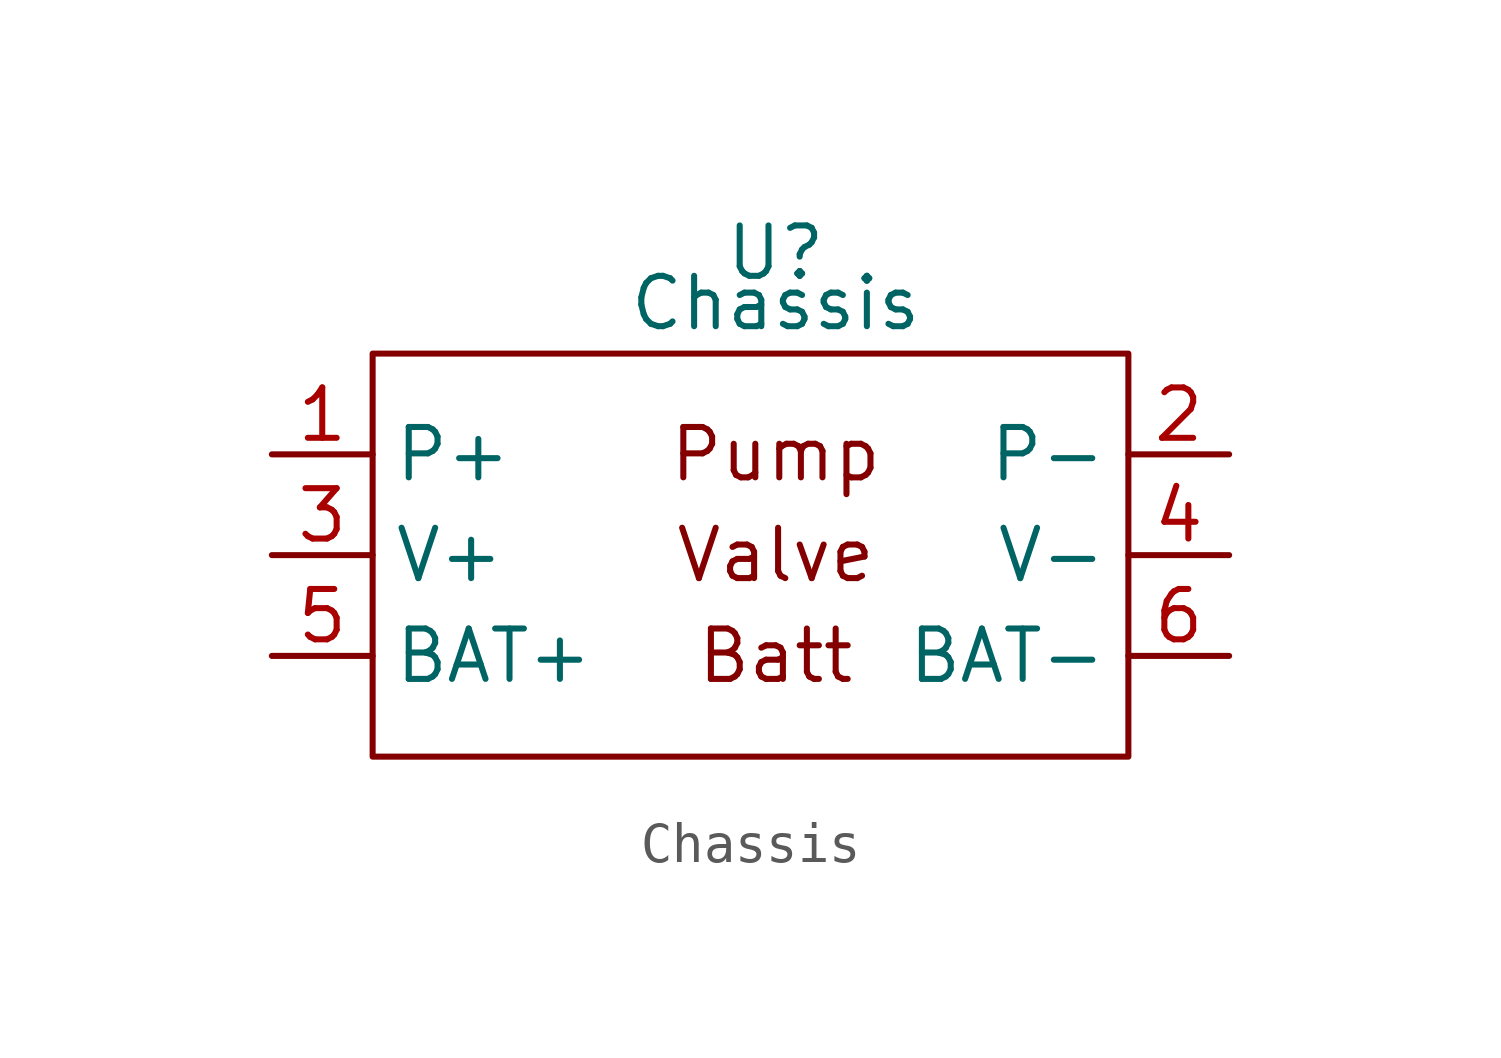
<source format=kicad_sym>
(kicad_symbol_lib
  (version 20211014)
  (generator kicad_symbol_editor)
  (symbol "Chassis"
    (property "Reference" "U"
      (at 0 0 0)
      (effects (font (size 1.27 1.27))))
    (property "Value" "Chassis"
      (at 0 -1.27 0)
      (effects (font (size 1.27 1.27))))
    (symbol "Chassis_0_0"
      (text "Batt" (at 0 -10.16 0) (effects (font (size 1.27 1.27))))
      (text "Pump" (at 0 -5.08 0) (effects (font (size 1.27 1.27))))
      (text "Valve" (at 0 -7.62 0) (effects (font (size 1.27 1.27)))))
    (symbol "Chassis_0_1"
      (rectangle (start -10.16 -2.54) (end 8.89 -12.7) (stroke (width 0) (type default) (color 0 0 0 0)) (fill (type none))))
    (symbol "Chassis_1_1"
      (pin output line (at -12.7 -5.08 0) (length 2.54) (name "P+" (effects (font (size 1.27 1.27)))) (number "1" (effects (font (size 1.27 1.27)))))
      (pin output line (at 11.43 -5.08 180) (length 2.54) (name "P-" (effects (font (size 1.27 1.27)))) (number "2" (effects (font (size 1.27 1.27)))))
      (pin output line (at -12.7 -7.62 0) (length 2.54) (name "V+" (effects (font (size 1.27 1.27)))) (number "3" (effects (font (size 1.27 1.27)))))
      (pin output line (at 11.43 -7.62 180) (length 2.54) (name "V-" (effects (font (size 1.27 1.27)))) (number "4" (effects (font (size 1.27 1.27)))))
      (pin output line (at -12.7 -10.16 0) (length 2.54) (name "BAT+" (effects (font (size 1.27 1.27)))) (number "5" (effects (font (size 1.27 1.27)))))
      (pin output line (at 11.43 -10.16 180) (length 2.54) (name "BAT-" (effects (font (size 1.27 1.27)))) (number "6" (effects (font (size 1.27 1.27))))))))
</source>
